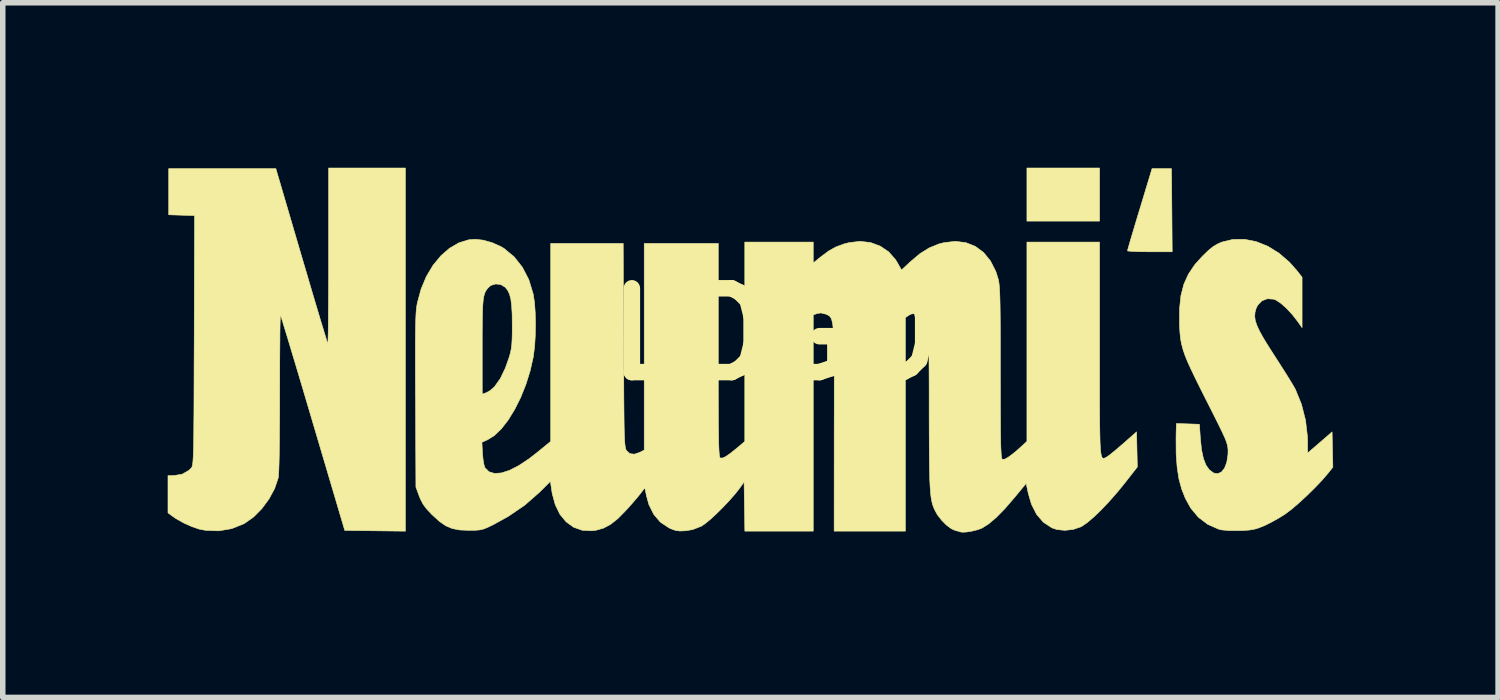
<source format=kicad_pcb>
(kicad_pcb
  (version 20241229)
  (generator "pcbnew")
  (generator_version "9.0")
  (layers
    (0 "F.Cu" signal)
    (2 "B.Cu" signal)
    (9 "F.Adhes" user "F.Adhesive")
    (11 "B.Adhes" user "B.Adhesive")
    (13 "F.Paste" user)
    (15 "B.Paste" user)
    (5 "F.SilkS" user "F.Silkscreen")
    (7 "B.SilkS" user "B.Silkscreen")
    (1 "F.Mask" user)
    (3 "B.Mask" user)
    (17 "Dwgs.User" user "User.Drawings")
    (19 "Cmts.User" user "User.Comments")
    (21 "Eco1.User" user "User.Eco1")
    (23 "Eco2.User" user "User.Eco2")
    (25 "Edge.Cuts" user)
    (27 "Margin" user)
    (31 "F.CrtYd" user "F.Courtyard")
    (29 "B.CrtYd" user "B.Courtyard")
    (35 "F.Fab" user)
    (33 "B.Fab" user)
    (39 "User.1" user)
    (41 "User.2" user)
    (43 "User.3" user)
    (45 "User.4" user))
  (footprint "LOGO"
    (layer "F.Cu")
    (at 11.054 3.028)
    (property "Reference" "LOGO" (at 0 0 0) (layer "F.SilkS") (effects (font (size 1.524 1.524) (thickness 0.3))))
    (attr through_hole)
    (fp_poly (pts (xy 5.893 -2.057) (xy 4.572 -2.057) (xy 4.572 -3.023) (xy 5.893 -3.023) (xy 5.893 -2.057)) (stroke (width 0.01) (type solid)) (fill yes) (layer "F.SilkS"))
    (fp_poly (pts (xy 7.208 -2.254) (xy 7.214 -1.499) (xy 6.808 -1.499) (xy 6.67 -1.5) (xy 6.553 -1.503) (xy 6.464 -1.508) (xy 6.411 -1.513) (xy 6.401 -1.518) (xy 6.408 -1.546) (xy 6.428 -1.617) (xy 6.459 -1.724) (xy 6.5 -1.861) (xy 6.548 -2.022) (xy 6.602 -2.202) (xy 6.624 -2.273) (xy 6.847 -3.01) (xy 7.201 -3.01) (xy 7.208 -2.254)) (stroke (width 0.01) (type solid)) (fill yes) (layer "F.SilkS"))
    (fp_poly (pts (xy -6.731 3.582) (xy -7.834 3.569) (xy -8.412 1.616) (xy -8.502 1.312) (xy -8.588 1.022) (xy -8.669 0.75) (xy -8.744 0.499) (xy -8.812 0.274) (xy -8.871 0.077) (xy -8.921 -0.086) (xy -8.96 -0.214) (xy -8.987 -0.302) (xy -9.002 -0.346) (xy -9.003 -0.351) (xy -9.006 -0.328) (xy -9.008 -0.26) (xy -9.011 -0.15) (xy -9.013 -0.002) (xy -9.014 0.179) (xy -9.016 0.388) (xy -9.017 0.621) (xy -9.017 0.873) (xy -9.018 1.069) (xy -9.018 1.396) (xy -9.02 1.691) (xy -9.022 1.95) (xy -9.025 2.171) (xy -9.029 2.351) (xy -9.034 2.487) (xy -9.04 2.578) (xy -9.044 2.615) (xy -9.11 2.808) (xy -9.213 2.998) (xy -9.344 3.175) (xy -9.494 3.326) (xy -9.656 3.44) (xy -9.67 3.448) (xy -9.89 3.536) (xy -10.123 3.576) (xy -10.359 3.568) (xy -10.477 3.546) (xy -10.614 3.5) (xy -10.763 3.433) (xy -10.903 3.354) (xy -10.966 3.311) (xy -11.049 3.249) (xy -11.049 2.572) (xy -10.935 2.57) (xy -10.789 2.545) (xy -10.669 2.476) (xy -10.63 2.438) (xy -10.621 2.428) (xy -10.613 2.414) (xy -10.607 2.395) (xy -10.601 2.366) (xy -10.596 2.324) (xy -10.592 2.267) (xy -10.588 2.192) (xy -10.585 2.094) (xy -10.582 1.971) (xy -10.58 1.82) (xy -10.579 1.638) (xy -10.577 1.42) (xy -10.576 1.165) (xy -10.575 0.869) (xy -10.574 0.528) (xy -10.572 0.141) (xy -10.572 0.113) (xy -10.566 -2.157) (xy -11.036 -2.172) (xy -11.036 -3.01) (xy -9.087 -3.01) (xy -8.622 -1.426) (xy -8.541 -1.153) (xy -8.465 -0.894) (xy -8.394 -0.654) (xy -8.329 -0.436) (xy -8.272 -0.245) (xy -8.223 -0.085) (xy -8.185 0.039) (xy -8.159 0.125) (xy -8.144 0.168) (xy -8.143 0.172) (xy -8.14 0.15) (xy -8.138 0.081) (xy -8.135 -0.03) (xy -8.133 -0.179) (xy -8.132 -0.362) (xy -8.13 -0.575) (xy -8.129 -0.813) (xy -8.128 -1.072) (xy -8.128 -1.349) (xy -8.128 -1.418) (xy -8.128 -3.023) (xy -6.731 -3.023) (xy -6.731 3.582)) (stroke (width 0.01) (type solid)) (fill yes) (layer "F.SilkS"))
    (fp_poly (pts (xy 8.742 -1.684) (xy 8.954 -1.599) (xy 9.157 -1.473) (xy 9.347 -1.309) (xy 9.477 -1.162) (xy 9.576 -1.037) (xy 9.576 -0.119) (xy 9.497 -0.231) (xy 9.396 -0.36) (xy 9.291 -0.473) (xy 9.189 -0.563) (xy 9.099 -0.622) (xy 9.06 -0.637) (xy 8.945 -0.645) (xy 8.845 -0.607) (xy 8.769 -0.528) (xy 8.739 -0.466) (xy 8.72 -0.395) (xy 8.715 -0.324) (xy 8.725 -0.247) (xy 8.755 -0.158) (xy 8.805 -0.051) (xy 8.878 0.08) (xy 8.977 0.24) (xy 9.08 0.4) (xy 9.175 0.548) (xy 9.264 0.688) (xy 9.343 0.814) (xy 9.405 0.917) (xy 9.447 0.989) (xy 9.456 1.007) (xy 9.565 1.274) (xy 9.639 1.565) (xy 9.674 1.867) (xy 9.677 1.976) (xy 9.677 2.161) (xy 9.9 1.969) (xy 10.122 1.777) (xy 10.129 2.098) (xy 10.136 2.419) (xy 10.042 2.536) (xy 9.936 2.659) (xy 9.807 2.794) (xy 9.666 2.933) (xy 9.523 3.065) (xy 9.389 3.18) (xy 9.275 3.266) (xy 9.262 3.275) (xy 9.147 3.347) (xy 9.019 3.418) (xy 8.904 3.476) (xy 8.881 3.486) (xy 8.787 3.523) (xy 8.703 3.548) (xy 8.613 3.562) (xy 8.497 3.57) (xy 8.433 3.572) (xy 8.25 3.572) (xy 8.115 3.559) (xy 8.059 3.546) (xy 7.859 3.457) (xy 7.69 3.329) (xy 7.55 3.161) (xy 7.454 2.987) (xy 7.386 2.816) (xy 7.336 2.63) (xy 7.304 2.421) (xy 7.286 2.182) (xy 7.284 1.904) (xy 7.285 1.821) (xy 7.29 1.624) (xy 7.499 1.631) (xy 7.709 1.638) (xy 7.726 1.892) (xy 7.747 2.098) (xy 7.781 2.259) (xy 7.829 2.382) (xy 7.89 2.467) (xy 7.969 2.525) (xy 8.044 2.536) (xy 8.111 2.505) (xy 8.167 2.434) (xy 8.207 2.328) (xy 8.228 2.192) (xy 8.23 2.133) (xy 8.229 2.089) (xy 8.224 2.047) (xy 8.214 2.001) (xy 8.196 1.946) (xy 8.168 1.876) (xy 8.126 1.786) (xy 8.07 1.669) (xy 7.996 1.521) (xy 7.903 1.335) (xy 7.853 1.238) (xy 7.733 0.999) (xy 7.634 0.8) (xy 7.554 0.633) (xy 7.491 0.494) (xy 7.443 0.375) (xy 7.408 0.27) (xy 7.383 0.174) (xy 7.366 0.081) (xy 7.356 -0.016) (xy 7.349 -0.123) (xy 7.346 -0.195) (xy 7.348 -0.468) (xy 7.373 -0.703) (xy 7.426 -0.909) (xy 7.51 -1.094) (xy 7.626 -1.266) (xy 7.767 -1.422) (xy 7.872 -1.523) (xy 7.958 -1.593) (xy 8.038 -1.641) (xy 8.115 -1.675) (xy 8.318 -1.724) (xy 8.529 -1.726) (xy 8.742 -1.684)) (stroke (width 0.01) (type solid)) (fill yes) (layer "F.SilkS"))
    (fp_poly (pts (xy -5.314 -1.71) (xy -5.152 -1.664) (xy -4.999 -1.596) (xy -4.937 -1.559) (xy -4.753 -1.407) (xy -4.603 -1.217) (xy -4.487 -0.993) (xy -4.409 -0.737) (xy -4.406 -0.724) (xy -4.383 -0.574) (xy -4.37 -0.39) (xy -4.365 -0.186) (xy -4.369 0.023) (xy -4.381 0.221) (xy -4.403 0.394) (xy -4.405 0.411) (xy -4.462 0.665) (xy -4.54 0.914) (xy -4.635 1.151) (xy -4.744 1.369) (xy -4.862 1.561) (xy -4.987 1.722) (xy -5.115 1.844) (xy -5.234 1.918) (xy -5.34 1.966) (xy -5.329 2.171) (xy -5.319 2.275) (xy -5.304 2.366) (xy -5.286 2.425) (xy -5.282 2.431) (xy -5.21 2.502) (xy -5.11 2.532) (xy -4.985 2.523) (xy -4.837 2.475) (xy -4.669 2.389) (xy -4.482 2.265) (xy -4.343 2.157) (xy -4.089 1.95) (xy -4.089 -1.651) (xy -3.43 -1.651) (xy -2.77 -1.651) (xy -2.763 0.198) (xy -2.762 0.55) (xy -2.76 0.855) (xy -2.759 1.116) (xy -2.757 1.337) (xy -2.755 1.522) (xy -2.753 1.673) (xy -2.75 1.795) (xy -2.746 1.891) (xy -2.742 1.964) (xy -2.737 2.019) (xy -2.731 2.058) (xy -2.725 2.086) (xy -2.717 2.105) (xy -2.711 2.116) (xy -2.649 2.172) (xy -2.566 2.182) (xy -2.463 2.146) (xy -2.388 2.107) (xy -2.388 -1.651) (xy -1.041 -1.651) (xy -1.041 0.293) (xy -1.041 0.657) (xy -1.041 0.973) (xy -1.04 1.245) (xy -1.039 1.477) (xy -1.038 1.67) (xy -1.036 1.829) (xy -1.034 1.957) (xy -1.031 2.056) (xy -1.027 2.132) (xy -1.023 2.185) (xy -1.018 2.221) (xy -1.012 2.242) (xy -1.005 2.251) (xy -1.003 2.251) (xy -0.963 2.252) (xy -0.905 2.225) (xy -0.824 2.169) (xy -0.713 2.08) (xy -0.692 2.063) (xy -0.559 1.95) (xy -0.559 -1.676) (xy 0.686 -1.676) (xy 0.686 -1.295) (xy 0.826 -1.409) (xy 0.968 -1.515) (xy 1.102 -1.589) (xy 1.246 -1.642) (xy 1.336 -1.665) (xy 1.536 -1.689) (xy 1.728 -1.667) (xy 1.904 -1.602) (xy 2.058 -1.498) (xy 2.182 -1.357) (xy 2.213 -1.306) (xy 2.291 -1.168) (xy 2.455 -1.32) (xy 2.627 -1.465) (xy 2.794 -1.569) (xy 2.967 -1.64) (xy 3.064 -1.665) (xy 3.271 -1.689) (xy 3.463 -1.665) (xy 3.635 -1.597) (xy 3.784 -1.486) (xy 3.909 -1.333) (xy 4.006 -1.142) (xy 4.051 -0.999) (xy 4.059 -0.961) (xy 4.066 -0.911) (xy 4.072 -0.846) (xy 4.077 -0.76) (xy 4.081 -0.652) (xy 4.084 -0.515) (xy 4.086 -0.348) (xy 4.088 -0.145) (xy 4.089 0.097) (xy 4.089 0.383) (xy 4.089 0.705) (xy 4.09 1.028) (xy 4.09 1.304) (xy 4.091 1.537) (xy 4.092 1.73) (xy 4.094 1.887) (xy 4.096 2.011) (xy 4.1 2.106) (xy 4.104 2.176) (xy 4.109 2.225) (xy 4.114 2.256) (xy 4.122 2.272) (xy 4.128 2.277) (xy 4.176 2.27) (xy 4.254 2.223) (xy 4.362 2.139) (xy 4.464 2.048) (xy 4.572 1.949) (xy 4.572 -1.676) (xy 5.893 -1.676) (xy 5.893 0.264) (xy 5.893 0.633) (xy 5.893 0.955) (xy 5.893 1.233) (xy 5.894 1.469) (xy 5.896 1.668) (xy 5.899 1.831) (xy 5.902 1.962) (xy 5.908 2.065) (xy 5.914 2.142) (xy 5.923 2.197) (xy 5.934 2.232) (xy 5.947 2.252) (xy 5.962 2.258) (xy 5.98 2.255) (xy 6 2.246) (xy 6.024 2.233) (xy 6.024 2.233) (xy 6.066 2.204) (xy 6.135 2.149) (xy 6.223 2.076) (xy 6.32 1.992) (xy 6.324 1.989) (xy 6.566 1.776) (xy 6.58 2.415) (xy 6.357 2.7) (xy 6.212 2.878) (xy 6.064 3.046) (xy 5.921 3.197) (xy 5.787 3.326) (xy 5.668 3.427) (xy 5.572 3.493) (xy 5.551 3.504) (xy 5.412 3.551) (xy 5.261 3.567) (xy 5.117 3.553) (xy 5.025 3.521) (xy 4.871 3.419) (xy 4.748 3.277) (xy 4.655 3.094) (xy 4.598 2.9) (xy 4.558 2.714) (xy 4.346 2.97) (xy 4.17 3.174) (xy 4.013 3.334) (xy 3.876 3.45) (xy 3.757 3.525) (xy 3.754 3.527) (xy 3.673 3.557) (xy 3.576 3.581) (xy 3.479 3.597) (xy 3.4 3.601) (xy 3.365 3.596) (xy 3.323 3.583) (xy 3.27 3.57) (xy 3.195 3.536) (xy 3.107 3.47) (xy 3.021 3.383) (xy 2.947 3.288) (xy 2.933 3.266) (xy 2.906 3.216) (xy 2.882 3.167) (xy 2.862 3.115) (xy 2.845 3.054) (xy 2.831 2.982) (xy 2.82 2.893) (xy 2.812 2.783) (xy 2.805 2.649) (xy 2.801 2.487) (xy 2.798 2.291) (xy 2.796 2.058) (xy 2.795 1.784) (xy 2.794 1.464) (xy 2.794 1.375) (xy 2.794 1.028) (xy 2.793 0.731) (xy 2.791 0.479) (xy 2.788 0.271) (xy 2.784 0.105) (xy 2.78 -0.022) (xy 2.774 -0.113) (xy 2.767 -0.169) (xy 2.764 -0.183) (xy 2.714 -0.284) (xy 2.64 -0.351) (xy 2.552 -0.38) (xy 2.461 -0.365) (xy 2.419 -0.341) (xy 2.362 -0.302) (xy 2.362 3.581) (xy 1.066 3.581) (xy 1.067 1.717) (xy 1.068 1.35) (xy 1.068 1.03) (xy 1.068 0.754) (xy 1.067 0.519) (xy 1.065 0.321) (xy 1.061 0.157) (xy 1.057 0.024) (xy 1.05 -0.083) (xy 1.042 -0.166) (xy 1.031 -0.228) (xy 1.018 -0.274) (xy 1.002 -0.306) (xy 0.983 -0.328) (xy 0.961 -0.344) (xy 0.935 -0.356) (xy 0.911 -0.366) (xy 0.823 -0.387) (xy 0.757 -0.376) (xy 0.686 -0.351) (xy 0.686 3.581) (xy -0.558 3.581) (xy -0.572 2.687) (xy -0.658 2.808) (xy -0.738 2.909) (xy -0.839 3.024) (xy -0.952 3.144) (xy -1.068 3.259) (xy -1.179 3.362) (xy -1.276 3.442) (xy -1.347 3.491) (xy -1.509 3.554) (xy -1.64 3.575) (xy -1.741 3.579) (xy -1.819 3.569) (xy -1.899 3.54) (xy -1.941 3.52) (xy -2.094 3.418) (xy -2.215 3.276) (xy -2.303 3.098) (xy -2.346 2.943) (xy -2.377 2.794) (xy -2.458 2.9) (xy -2.51 2.964) (xy -2.585 3.052) (xy -2.671 3.15) (xy -2.727 3.211) (xy -2.87 3.356) (xy -3.002 3.46) (xy -3.131 3.528) (xy -3.266 3.566) (xy -3.342 3.575) (xy -3.515 3.566) (xy -3.671 3.511) (xy -3.807 3.413) (xy -3.92 3.277) (xy -4.005 3.104) (xy -4.061 2.899) (xy -4.067 2.862) (xy -4.094 2.676) (xy -4.301 2.882) (xy -4.562 3.11) (xy -4.861 3.314) (xy -5.128 3.461) (xy -5.23 3.511) (xy -5.306 3.542) (xy -5.376 3.559) (xy -5.458 3.566) (xy -5.569 3.567) (xy -5.585 3.567) (xy -5.747 3.56) (xy -5.88 3.534) (xy -5.998 3.484) (xy -6.113 3.404) (xy -6.241 3.287) (xy -6.251 3.278) (xy -6.345 3.178) (xy -6.41 3.091) (xy -6.457 3.001) (xy -6.479 2.946) (xy -6.54 2.781) (xy -6.547 1.206) (xy -6.549 0.877) (xy -6.55 0.593) (xy -6.55 0.353) (xy -6.55 0.226) (xy -5.334 0.226) (xy -5.334 1.09) (xy -5.258 1.063) (xy -5.194 1.027) (xy -5.125 0.969) (xy -5.106 0.949) (xy -5.004 0.805) (xy -4.914 0.617) (xy -4.848 0.431) (xy -4.824 0.351) (xy -4.808 0.276) (xy -4.797 0.194) (xy -4.791 0.093) (xy -4.788 -0.038) (xy -4.788 -0.165) (xy -4.79 -0.364) (xy -4.799 -0.52) (xy -4.814 -0.64) (xy -4.839 -0.732) (xy -4.873 -0.801) (xy -4.916 -0.854) (xy -4.996 -0.903) (xy -5.088 -0.914) (xy -5.175 -0.888) (xy -5.209 -0.861) (xy -5.241 -0.827) (xy -5.267 -0.791) (xy -5.288 -0.749) (xy -5.304 -0.693) (xy -5.316 -0.621) (xy -5.324 -0.524) (xy -5.329 -0.4) (xy -5.332 -0.241) (xy -5.334 -0.043) (xy -5.334 0.2) (xy -5.334 0.226) (xy -6.55 0.226) (xy -6.55 0.15) (xy -6.548 -0.018) (xy -6.546 -0.156) (xy -6.543 -0.269) (xy -6.539 -0.36) (xy -6.534 -0.433) (xy -6.527 -0.493) (xy -6.519 -0.544) (xy -6.514 -0.57) (xy -6.446 -0.821) (xy -6.35 -1.05) (xy -6.229 -1.253) (xy -6.087 -1.425) (xy -5.929 -1.563) (xy -5.759 -1.662) (xy -5.58 -1.717) (xy -5.462 -1.727) (xy -5.314 -1.71)) (stroke (width 0.01) (type solid)) (fill yes) (layer "F.SilkS")))
  (gr_rect
    (start -3 -3)
    (end 24.195 9.634)
    (stroke (width 0.1) (type default))
    (fill no)
    (layer "Edge.Cuts")))
</source>
